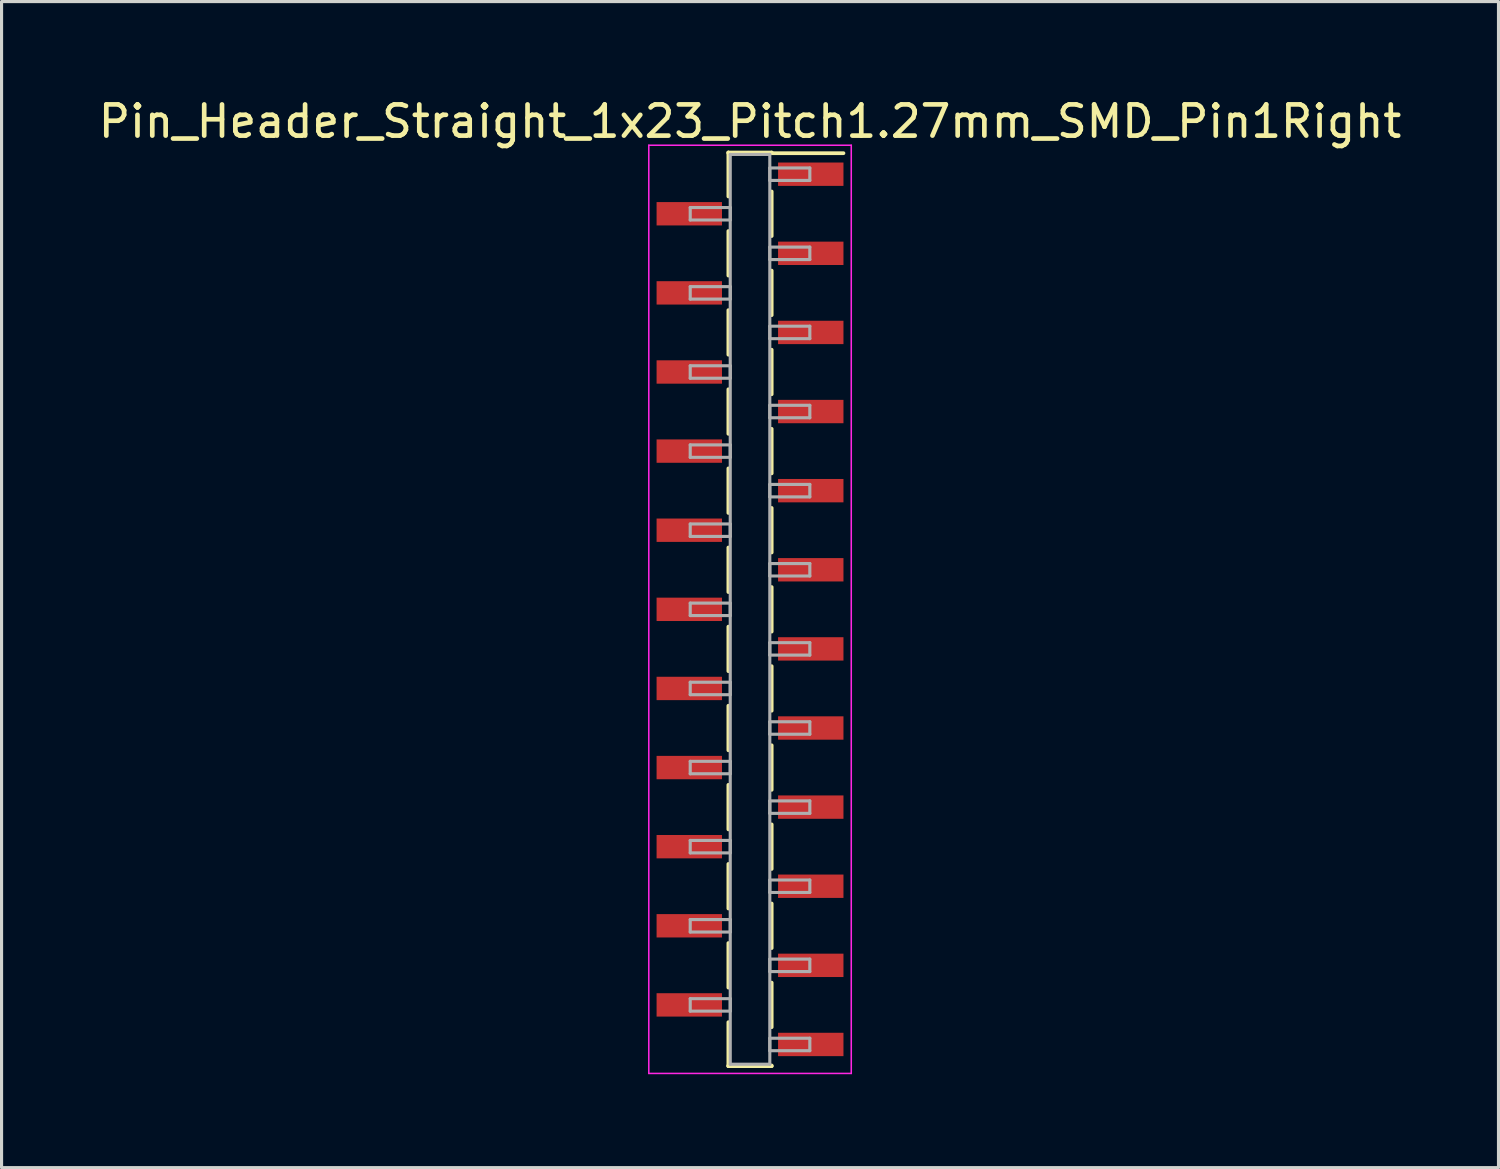
<source format=kicad_pcb>
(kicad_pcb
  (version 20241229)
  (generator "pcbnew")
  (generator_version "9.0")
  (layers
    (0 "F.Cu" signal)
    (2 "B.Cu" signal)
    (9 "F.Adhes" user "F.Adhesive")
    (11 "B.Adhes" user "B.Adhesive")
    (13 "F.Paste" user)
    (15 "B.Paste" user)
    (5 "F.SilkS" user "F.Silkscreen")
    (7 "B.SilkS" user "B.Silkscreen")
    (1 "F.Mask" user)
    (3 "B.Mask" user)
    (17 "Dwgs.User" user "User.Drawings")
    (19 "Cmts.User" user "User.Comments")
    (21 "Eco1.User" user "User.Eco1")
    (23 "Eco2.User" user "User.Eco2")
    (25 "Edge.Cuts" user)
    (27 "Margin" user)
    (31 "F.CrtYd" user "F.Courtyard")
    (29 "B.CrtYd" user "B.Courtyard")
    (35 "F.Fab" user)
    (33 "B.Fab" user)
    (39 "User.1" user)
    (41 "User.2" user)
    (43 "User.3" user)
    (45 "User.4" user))
  (footprint "Pin_Header_Straight_1x23_Pitch1.27mm_SMD_Pin1Right"
    (layer "F.Cu")
    (at 21.03 16.513)
    (property "Reference" "Pin_Header_Straight_1x23_Pitch1.27mm_SMD_Pin1Right" (at 0 -15.665 0) (layer "F.SilkS") (effects (font (size 1 1) (thickness 0.15))))
    (attr smd)
    (fp_line (start -0.695 -14.665) (end -0.695 -13.255) (stroke (width 0.12) (type solid)) (layer "F.SilkS"))
    (fp_line (start -0.695 -14.665) (end 0.695 -14.665) (stroke (width 0.12) (type solid)) (layer "F.SilkS"))
    (fp_line (start -0.695 -14.645) (end -0.695 -14.665) (stroke (width 0.12) (type solid)) (layer "F.SilkS"))
    (fp_line (start -0.695 -12.145) (end -0.695 -10.715) (stroke (width 0.12) (type solid)) (layer "F.SilkS"))
    (fp_line (start -0.695 -9.605) (end -0.695 -8.175) (stroke (width 0.12) (type solid)) (layer "F.SilkS"))
    (fp_line (start -0.695 -7.065) (end -0.695 -5.635) (stroke (width 0.12) (type solid)) (layer "F.SilkS"))
    (fp_line (start -0.695 -4.525) (end -0.695 -3.095) (stroke (width 0.12) (type solid)) (layer "F.SilkS"))
    (fp_line (start -0.695 -1.985) (end -0.695 -0.555) (stroke (width 0.12) (type solid)) (layer "F.SilkS"))
    (fp_line (start -0.695 0.555) (end -0.695 1.985) (stroke (width 0.12) (type solid)) (layer "F.SilkS"))
    (fp_line (start -0.695 3.095) (end -0.695 4.525) (stroke (width 0.12) (type solid)) (layer "F.SilkS"))
    (fp_line (start -0.695 5.635) (end -0.695 7.065) (stroke (width 0.12) (type solid)) (layer "F.SilkS"))
    (fp_line (start -0.695 8.175) (end -0.695 9.605) (stroke (width 0.12) (type solid)) (layer "F.SilkS"))
    (fp_line (start -0.695 10.715) (end -0.695 12.145) (stroke (width 0.12) (type solid)) (layer "F.SilkS"))
    (fp_line (start -0.695 13.255) (end -0.695 14.665) (stroke (width 0.12) (type solid)) (layer "F.SilkS"))
    (fp_line (start -0.695 14.645) (end -0.695 14.665) (stroke (width 0.12) (type solid)) (layer "F.SilkS"))
    (fp_line (start -0.695 14.665) (end 0.695 14.665) (stroke (width 0.12) (type solid)) (layer "F.SilkS"))
    (fp_line (start 0.695 -14.665) (end 0.695 -14.645) (stroke (width 0.12) (type solid)) (layer "F.SilkS"))
    (fp_line (start 0.695 -14.645) (end 3 -14.645) (stroke (width 0.12) (type solid)) (layer "F.SilkS"))
    (fp_line (start 0.695 -13.415) (end 0.695 -11.985) (stroke (width 0.12) (type solid)) (layer "F.SilkS"))
    (fp_line (start 0.695 -10.875) (end 0.695 -9.445) (stroke (width 0.12) (type solid)) (layer "F.SilkS"))
    (fp_line (start 0.695 -8.335) (end 0.695 -6.905) (stroke (width 0.12) (type solid)) (layer "F.SilkS"))
    (fp_line (start 0.695 -5.795) (end 0.695 -4.365) (stroke (width 0.12) (type solid)) (layer "F.SilkS"))
    (fp_line (start 0.695 -3.255) (end 0.695 -1.825) (stroke (width 0.12) (type solid)) (layer "F.SilkS"))
    (fp_line (start 0.695 -0.715) (end 0.695 0.715) (stroke (width 0.12) (type solid)) (layer "F.SilkS"))
    (fp_line (start 0.695 1.825) (end 0.695 3.255) (stroke (width 0.12) (type solid)) (layer "F.SilkS"))
    (fp_line (start 0.695 4.365) (end 0.695 5.795) (stroke (width 0.12) (type solid)) (layer "F.SilkS"))
    (fp_line (start 0.695 6.905) (end 0.695 8.335) (stroke (width 0.12) (type solid)) (layer "F.SilkS"))
    (fp_line (start 0.695 9.445) (end 0.695 10.875) (stroke (width 0.12) (type solid)) (layer "F.SilkS"))
    (fp_line (start 0.695 11.985) (end 0.695 13.415) (stroke (width 0.12) (type solid)) (layer "F.SilkS"))
    (fp_line (start 0.695 14.665) (end 0.695 14.645) (stroke (width 0.12) (type solid)) (layer "F.SilkS"))
    (fp_line (start -3.25 -14.9) (end -3.25 14.9) (stroke (width 0.05) (type solid)) (layer "F.CrtYd"))
    (fp_line (start -3.25 14.9) (end 3.25 14.9) (stroke (width 0.05) (type solid)) (layer "F.CrtYd"))
    (fp_line (start 3.25 -14.9) (end -3.25 -14.9) (stroke (width 0.05) (type solid)) (layer "F.CrtYd"))
    (fp_line (start 3.25 14.9) (end 3.25 -14.9) (stroke (width 0.05) (type solid)) (layer "F.CrtYd"))
    (fp_line (start -1.92 -12.9) (end -0.635 -12.9) (stroke (width 0.1) (type solid)) (layer "F.Fab"))
    (fp_line (start -1.92 -12.5) (end -1.92 -12.9) (stroke (width 0.1) (type solid)) (layer "F.Fab"))
    (fp_line (start -1.92 -10.36) (end -0.635 -10.36) (stroke (width 0.1) (type solid)) (layer "F.Fab"))
    (fp_line (start -1.92 -9.96) (end -1.92 -10.36) (stroke (width 0.1) (type solid)) (layer "F.Fab"))
    (fp_line (start -1.92 -7.82) (end -0.635 -7.82) (stroke (width 0.1) (type solid)) (layer "F.Fab"))
    (fp_line (start -1.92 -7.42) (end -1.92 -7.82) (stroke (width 0.1) (type solid)) (layer "F.Fab"))
    (fp_line (start -1.92 -5.28) (end -0.635 -5.28) (stroke (width 0.1) (type solid)) (layer "F.Fab"))
    (fp_line (start -1.92 -4.88) (end -1.92 -5.28) (stroke (width 0.1) (type solid)) (layer "F.Fab"))
    (fp_line (start -1.92 -2.74) (end -0.635 -2.74) (stroke (width 0.1) (type solid)) (layer "F.Fab"))
    (fp_line (start -1.92 -2.34) (end -1.92 -2.74) (stroke (width 0.1) (type solid)) (layer "F.Fab"))
    (fp_line (start -1.92 -0.2) (end -0.635 -0.2) (stroke (width 0.1) (type solid)) (layer "F.Fab"))
    (fp_line (start -1.92 0.2) (end -1.92 -0.2) (stroke (width 0.1) (type solid)) (layer "F.Fab"))
    (fp_line (start -1.92 2.34) (end -0.635 2.34) (stroke (width 0.1) (type solid)) (layer "F.Fab"))
    (fp_line (start -1.92 2.74) (end -1.92 2.34) (stroke (width 0.1) (type solid)) (layer "F.Fab"))
    (fp_line (start -1.92 4.88) (end -0.635 4.88) (stroke (width 0.1) (type solid)) (layer "F.Fab"))
    (fp_line (start -1.92 5.28) (end -1.92 4.88) (stroke (width 0.1) (type solid)) (layer "F.Fab"))
    (fp_line (start -1.92 7.42) (end -0.635 7.42) (stroke (width 0.1) (type solid)) (layer "F.Fab"))
    (fp_line (start -1.92 7.82) (end -1.92 7.42) (stroke (width 0.1) (type solid)) (layer "F.Fab"))
    (fp_line (start -1.92 9.96) (end -0.635 9.96) (stroke (width 0.1) (type solid)) (layer "F.Fab"))
    (fp_line (start -1.92 10.36) (end -1.92 9.96) (stroke (width 0.1) (type solid)) (layer "F.Fab"))
    (fp_line (start -1.92 12.5) (end -0.635 12.5) (stroke (width 0.1) (type solid)) (layer "F.Fab"))
    (fp_line (start -1.92 12.9) (end -1.92 12.5) (stroke (width 0.1) (type solid)) (layer "F.Fab"))
    (fp_line (start -0.635 -14.605) (end -0.635 14.605) (stroke (width 0.1) (type solid)) (layer "F.Fab"))
    (fp_line (start -0.635 -12.9) (end -0.635 -12.5) (stroke (width 0.1) (type solid)) (layer "F.Fab"))
    (fp_line (start -0.635 -12.5) (end -1.92 -12.5) (stroke (width 0.1) (type solid)) (layer "F.Fab"))
    (fp_line (start -0.635 -10.36) (end -0.635 -9.96) (stroke (width 0.1) (type solid)) (layer "F.Fab"))
    (fp_line (start -0.635 -9.96) (end -1.92 -9.96) (stroke (width 0.1) (type solid)) (layer "F.Fab"))
    (fp_line (start -0.635 -7.82) (end -0.635 -7.42) (stroke (width 0.1) (type solid)) (layer "F.Fab"))
    (fp_line (start -0.635 -7.42) (end -1.92 -7.42) (stroke (width 0.1) (type solid)) (layer "F.Fab"))
    (fp_line (start -0.635 -5.28) (end -0.635 -4.88) (stroke (width 0.1) (type solid)) (layer "F.Fab"))
    (fp_line (start -0.635 -4.88) (end -1.92 -4.88) (stroke (width 0.1) (type solid)) (layer "F.Fab"))
    (fp_line (start -0.635 -2.74) (end -0.635 -2.34) (stroke (width 0.1) (type solid)) (layer "F.Fab"))
    (fp_line (start -0.635 -2.34) (end -1.92 -2.34) (stroke (width 0.1) (type solid)) (layer "F.Fab"))
    (fp_line (start -0.635 -0.2) (end -0.635 0.2) (stroke (width 0.1) (type solid)) (layer "F.Fab"))
    (fp_line (start -0.635 0.2) (end -1.92 0.2) (stroke (width 0.1) (type solid)) (layer "F.Fab"))
    (fp_line (start -0.635 2.34) (end -0.635 2.74) (stroke (width 0.1) (type solid)) (layer "F.Fab"))
    (fp_line (start -0.635 2.74) (end -1.92 2.74) (stroke (width 0.1) (type solid)) (layer "F.Fab"))
    (fp_line (start -0.635 4.88) (end -0.635 5.28) (stroke (width 0.1) (type solid)) (layer "F.Fab"))
    (fp_line (start -0.635 5.28) (end -1.92 5.28) (stroke (width 0.1) (type solid)) (layer "F.Fab"))
    (fp_line (start -0.635 7.42) (end -0.635 7.82) (stroke (width 0.1) (type solid)) (layer "F.Fab"))
    (fp_line (start -0.635 7.82) (end -1.92 7.82) (stroke (width 0.1) (type solid)) (layer "F.Fab"))
    (fp_line (start -0.635 9.96) (end -0.635 10.36) (stroke (width 0.1) (type solid)) (layer "F.Fab"))
    (fp_line (start -0.635 10.36) (end -1.92 10.36) (stroke (width 0.1) (type solid)) (layer "F.Fab"))
    (fp_line (start -0.635 12.5) (end -0.635 12.9) (stroke (width 0.1) (type solid)) (layer "F.Fab"))
    (fp_line (start -0.635 12.9) (end -1.92 12.9) (stroke (width 0.1) (type solid)) (layer "F.Fab"))
    (fp_line (start -0.635 14.605) (end 0.635 14.605) (stroke (width 0.1) (type solid)) (layer "F.Fab"))
    (fp_line (start 0.635 -14.605) (end -0.635 -14.605) (stroke (width 0.1) (type solid)) (layer "F.Fab"))
    (fp_line (start 0.635 -14.17) (end 0.635 -13.77) (stroke (width 0.1) (type solid)) (layer "F.Fab"))
    (fp_line (start 0.635 -13.77) (end 1.92 -13.77) (stroke (width 0.1) (type solid)) (layer "F.Fab"))
    (fp_line (start 0.635 -11.63) (end 0.635 -11.23) (stroke (width 0.1) (type solid)) (layer "F.Fab"))
    (fp_line (start 0.635 -11.23) (end 1.92 -11.23) (stroke (width 0.1) (type solid)) (layer "F.Fab"))
    (fp_line (start 0.635 -9.09) (end 0.635 -8.69) (stroke (width 0.1) (type solid)) (layer "F.Fab"))
    (fp_line (start 0.635 -8.69) (end 1.92 -8.69) (stroke (width 0.1) (type solid)) (layer "F.Fab"))
    (fp_line (start 0.635 -6.55) (end 0.635 -6.15) (stroke (width 0.1) (type solid)) (layer "F.Fab"))
    (fp_line (start 0.635 -6.15) (end 1.92 -6.15) (stroke (width 0.1) (type solid)) (layer "F.Fab"))
    (fp_line (start 0.635 -4.01) (end 0.635 -3.61) (stroke (width 0.1) (type solid)) (layer "F.Fab"))
    (fp_line (start 0.635 -3.61) (end 1.92 -3.61) (stroke (width 0.1) (type solid)) (layer "F.Fab"))
    (fp_line (start 0.635 -1.47) (end 0.635 -1.07) (stroke (width 0.1) (type solid)) (layer "F.Fab"))
    (fp_line (start 0.635 -1.07) (end 1.92 -1.07) (stroke (width 0.1) (type solid)) (layer "F.Fab"))
    (fp_line (start 0.635 1.07) (end 0.635 1.47) (stroke (width 0.1) (type solid)) (layer "F.Fab"))
    (fp_line (start 0.635 1.47) (end 1.92 1.47) (stroke (width 0.1) (type solid)) (layer "F.Fab"))
    (fp_line (start 0.635 3.61) (end 0.635 4.01) (stroke (width 0.1) (type solid)) (layer "F.Fab"))
    (fp_line (start 0.635 4.01) (end 1.92 4.01) (stroke (width 0.1) (type solid)) (layer "F.Fab"))
    (fp_line (start 0.635 6.15) (end 0.635 6.55) (stroke (width 0.1) (type solid)) (layer "F.Fab"))
    (fp_line (start 0.635 6.55) (end 1.92 6.55) (stroke (width 0.1) (type solid)) (layer "F.Fab"))
    (fp_line (start 0.635 8.69) (end 0.635 9.09) (stroke (width 0.1) (type solid)) (layer "F.Fab"))
    (fp_line (start 0.635 9.09) (end 1.92 9.09) (stroke (width 0.1) (type solid)) (layer "F.Fab"))
    (fp_line (start 0.635 11.23) (end 0.635 11.63) (stroke (width 0.1) (type solid)) (layer "F.Fab"))
    (fp_line (start 0.635 11.63) (end 1.92 11.63) (stroke (width 0.1) (type solid)) (layer "F.Fab"))
    (fp_line (start 0.635 13.77) (end 0.635 14.17) (stroke (width 0.1) (type solid)) (layer "F.Fab"))
    (fp_line (start 0.635 14.17) (end 1.92 14.17) (stroke (width 0.1) (type solid)) (layer "F.Fab"))
    (fp_line (start 0.635 14.605) (end 0.635 -14.605) (stroke (width 0.1) (type solid)) (layer "F.Fab"))
    (fp_line (start 1.92 -14.17) (end 0.635 -14.17) (stroke (width 0.1) (type solid)) (layer "F.Fab"))
    (fp_line (start 1.92 -13.77) (end 1.92 -14.17) (stroke (width 0.1) (type solid)) (layer "F.Fab"))
    (fp_line (start 1.92 -11.63) (end 0.635 -11.63) (stroke (width 0.1) (type solid)) (layer "F.Fab"))
    (fp_line (start 1.92 -11.23) (end 1.92 -11.63) (stroke (width 0.1) (type solid)) (layer "F.Fab"))
    (fp_line (start 1.92 -9.09) (end 0.635 -9.09) (stroke (width 0.1) (type solid)) (layer "F.Fab"))
    (fp_line (start 1.92 -8.69) (end 1.92 -9.09) (stroke (width 0.1) (type solid)) (layer "F.Fab"))
    (fp_line (start 1.92 -6.55) (end 0.635 -6.55) (stroke (width 0.1) (type solid)) (layer "F.Fab"))
    (fp_line (start 1.92 -6.15) (end 1.92 -6.55) (stroke (width 0.1) (type solid)) (layer "F.Fab"))
    (fp_line (start 1.92 -4.01) (end 0.635 -4.01) (stroke (width 0.1) (type solid)) (layer "F.Fab"))
    (fp_line (start 1.92 -3.61) (end 1.92 -4.01) (stroke (width 0.1) (type solid)) (layer "F.Fab"))
    (fp_line (start 1.92 -1.47) (end 0.635 -1.47) (stroke (width 0.1) (type solid)) (layer "F.Fab"))
    (fp_line (start 1.92 -1.07) (end 1.92 -1.47) (stroke (width 0.1) (type solid)) (layer "F.Fab"))
    (fp_line (start 1.92 1.07) (end 0.635 1.07) (stroke (width 0.1) (type solid)) (layer "F.Fab"))
    (fp_line (start 1.92 1.47) (end 1.92 1.07) (stroke (width 0.1) (type solid)) (layer "F.Fab"))
    (fp_line (start 1.92 3.61) (end 0.635 3.61) (stroke (width 0.1) (type solid)) (layer "F.Fab"))
    (fp_line (start 1.92 4.01) (end 1.92 3.61) (stroke (width 0.1) (type solid)) (layer "F.Fab"))
    (fp_line (start 1.92 6.15) (end 0.635 6.15) (stroke (width 0.1) (type solid)) (layer "F.Fab"))
    (fp_line (start 1.92 6.55) (end 1.92 6.15) (stroke (width 0.1) (type solid)) (layer "F.Fab"))
    (fp_line (start 1.92 8.69) (end 0.635 8.69) (stroke (width 0.1) (type solid)) (layer "F.Fab"))
    (fp_line (start 1.92 9.09) (end 1.92 8.69) (stroke (width 0.1) (type solid)) (layer "F.Fab"))
    (fp_line (start 1.92 11.23) (end 0.635 11.23) (stroke (width 0.1) (type solid)) (layer "F.Fab"))
    (fp_line (start 1.92 11.63) (end 1.92 11.23) (stroke (width 0.1) (type solid)) (layer "F.Fab"))
    (fp_line (start 1.92 13.77) (end 0.635 13.77) (stroke (width 0.1) (type solid)) (layer "F.Fab"))
    (fp_line (start 1.92 14.17) (end 1.92 13.77) (stroke (width 0.1) (type solid)) (layer "F.Fab"))
    (pad "1" smd rect (at 1.95 -13.97) (size 2.1 0.75) (layers "F.Cu" "F.Mask"))
    (pad "2" smd rect (at -1.95 -12.7) (size 2.1 0.75) (layers "F.Cu" "F.Mask"))
    (pad "3" smd rect (at 1.95 -11.43) (size 2.1 0.75) (layers "F.Cu" "F.Mask"))
    (pad "4" smd rect (at -1.95 -10.16) (size 2.1 0.75) (layers "F.Cu" "F.Mask"))
    (pad "5" smd rect (at 1.95 -8.89) (size 2.1 0.75) (layers "F.Cu" "F.Mask"))
    (pad "6" smd rect (at -1.95 -7.62) (size 2.1 0.75) (layers "F.Cu" "F.Mask"))
    (pad "7" smd rect (at 1.95 -6.35) (size 2.1 0.75) (layers "F.Cu" "F.Mask"))
    (pad "8" smd rect (at -1.95 -5.08) (size 2.1 0.75) (layers "F.Cu" "F.Mask"))
    (pad "9" smd rect (at 1.95 -3.81) (size 2.1 0.75) (layers "F.Cu" "F.Mask"))
    (pad "10" smd rect (at -1.95 -2.54) (size 2.1 0.75) (layers "F.Cu" "F.Mask"))
    (pad "11" smd rect (at 1.95 -1.27) (size 2.1 0.75) (layers "F.Cu" "F.Mask"))
    (pad "12" smd rect (at -1.95 0) (size 2.1 0.75) (layers "F.Cu" "F.Mask"))
    (pad "13" smd rect (at 1.95 1.27) (size 2.1 0.75) (layers "F.Cu" "F.Mask"))
    (pad "14" smd rect (at -1.95 2.54) (size 2.1 0.75) (layers "F.Cu" "F.Mask"))
    (pad "15" smd rect (at 1.95 3.81) (size 2.1 0.75) (layers "F.Cu" "F.Mask"))
    (pad "16" smd rect (at -1.95 5.08) (size 2.1 0.75) (layers "F.Cu" "F.Mask"))
    (pad "17" smd rect (at 1.95 6.35) (size 2.1 0.75) (layers "F.Cu" "F.Mask"))
    (pad "18" smd rect (at -1.95 7.62) (size 2.1 0.75) (layers "F.Cu" "F.Mask"))
    (pad "19" smd rect (at 1.95 8.89) (size 2.1 0.75) (layers "F.Cu" "F.Mask"))
    (pad "20" smd rect (at -1.95 10.16) (size 2.1 0.75) (layers "F.Cu" "F.Mask"))
    (pad "21" smd rect (at 1.95 11.43) (size 2.1 0.75) (layers "F.Cu" "F.Mask"))
    (pad "22" smd rect (at -1.95 12.7) (size 2.1 0.75) (layers "F.Cu" "F.Mask"))
    (pad "23" smd rect (at 1.95 13.97) (size 2.1 0.75) (layers "F.Cu" "F.Mask")))
  (gr_rect
    (start -3 -3)
    (end 45.06 34.438)
    (stroke (width 0.1) (type default))
    (fill no)
    (layer "Edge.Cuts")))
</source>
